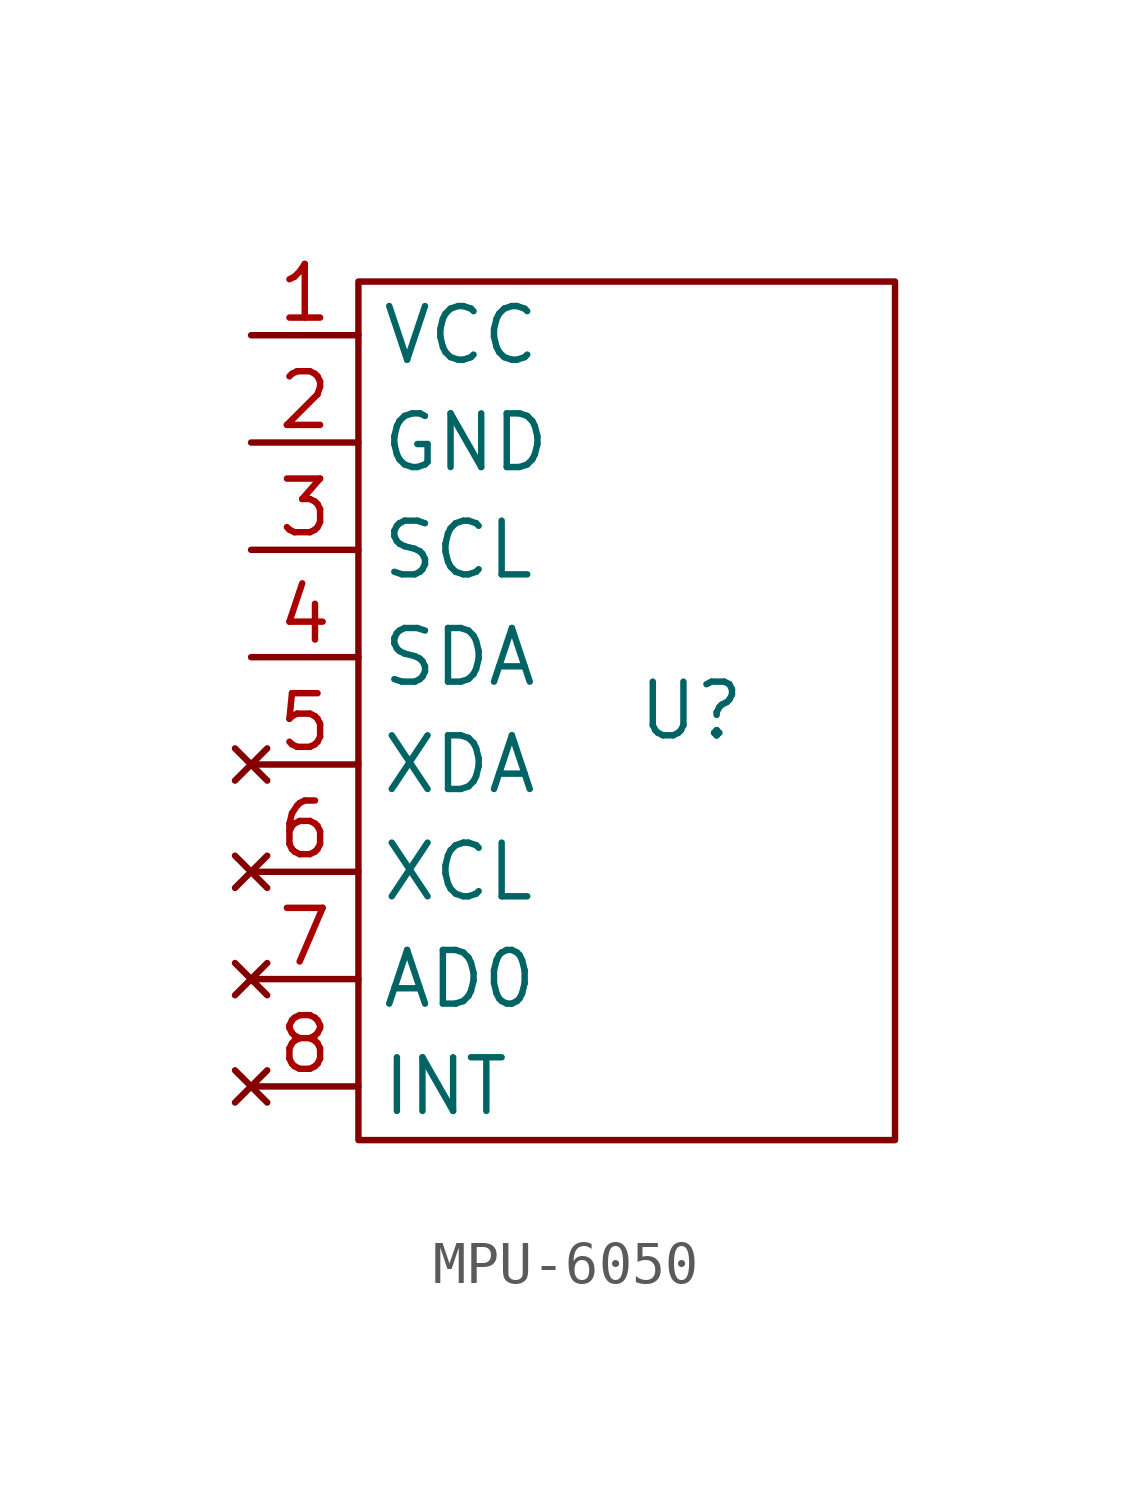
<source format=kicad_sym>
(kicad_symbol_lib
  (version 20231120)
  (generator "kicad_symbol_editor")
  (generator_version "8.0")
  (symbol "MPU-6050"
    (property "Reference" "U"
      (at 1.524 -2.54 0)
      (effects (font (size 1.27 1.27))))
    (property "Value" ""
      (at 0 0 0)
      (effects (font (size 1.27 1.27))))
    (symbol "MPU-6050_0_1"
      (rectangle (start -6.35 7.62) (end 6.35 -12.7) (stroke (width 0) (type default)) (fill (type none))))
    (symbol "MPU-6050_1_1"
      (pin power_in line (at -8.89 6.35 0) (length 2.54) (name "VCC" (effects (font (size 1.27 1.27)))) (number "1" (effects (font (size 1.27 1.27)))))
      (pin power_out line (at -8.89 3.81 0) (length 2.54) (name "GND" (effects (font (size 1.27 1.27)))) (number "2" (effects (font (size 1.27 1.27)))))
      (pin input line (at -8.89 1.27 0) (length 2.54) (name "SCL" (effects (font (size 1.27 1.27)))) (number "3" (effects (font (size 1.27 1.27)))))
      (pin bidirectional line (at -8.89 -1.27 0) (length 2.54) (name "SDA" (effects (font (size 1.27 1.27)))) (number "4" (effects (font (size 1.27 1.27)))))
      (pin no_connect line (at -8.89 -3.81 0) (length 2.54) (name "XDA" (effects (font (size 1.27 1.27)))) (number "5" (effects (font (size 1.27 1.27)))))
      (pin no_connect line (at -8.89 -6.35 0) (length 2.54) (name "XCL" (effects (font (size 1.27 1.27)))) (number "6" (effects (font (size 1.27 1.27)))))
      (pin no_connect line (at -8.89 -8.89 0) (length 2.54) (name "AD0" (effects (font (size 1.27 1.27)))) (number "7" (effects (font (size 1.27 1.27)))))
      (pin no_connect line (at -8.89 -11.43 0) (length 2.54) (name "INT" (effects (font (size 1.27 1.27)))) (number "8" (effects (font (size 1.27 1.27))))))))
</source>
